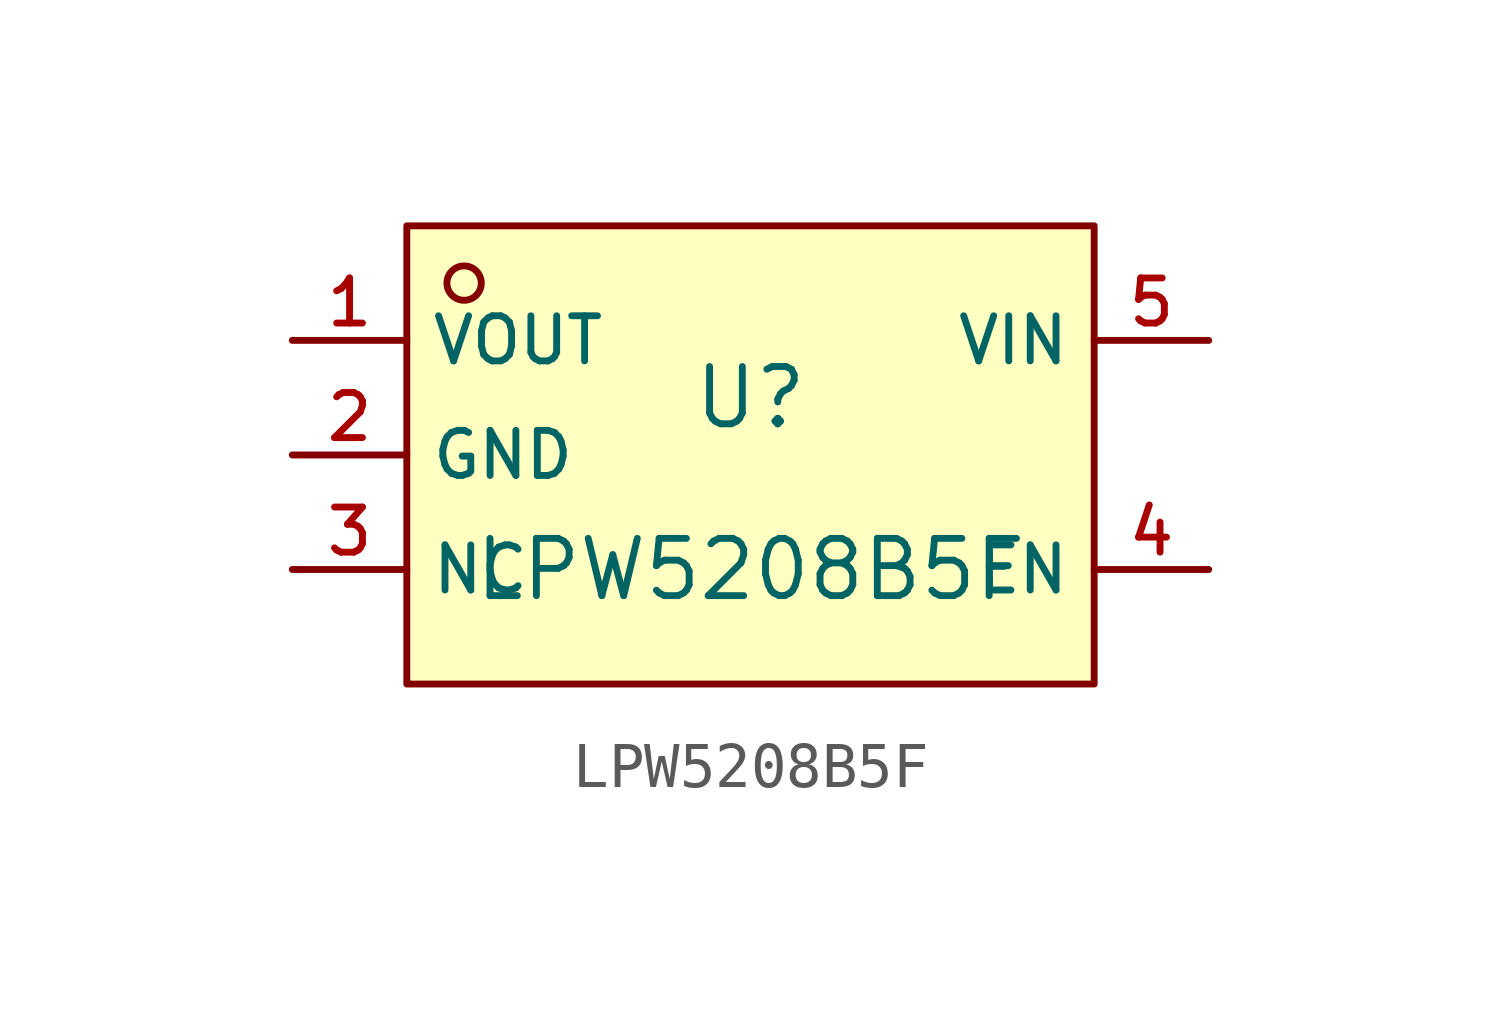
<source format=kicad_sym>
(kicad_symbol_lib
  (version 20210201)
  (generator TousstNicolas/JLC2KiCad_lib)
  (symbol "LPW5208B5F"
    (property "Reference" "U"
      (at 0 1.27 0)
      (effects (font (size 1.27 1.27))))
    (property "Value" "LPW5208B5F"
      (at 0 -2.54 0)
      (effects (font (size 1.27 1.27))))
    (symbol "LPW5208B5F_0_1"
      (rectangle (start -7.62 5.08) (end 7.62 -5.08) (stroke (width 0) (type default) (color 0 0 0 0)) (fill (type background)))
      (circle (center -6.35 3.81) (radius 0.381) (stroke (width 0) (type default) (color 0 0 0 0)) (fill (type background)))
      (pin unspecified line (at -10.16 2.54 0) (length 2.54) (name "VOUT" (effects (font (size 1 1)))) (number "1" (effects (font (size 1 1)))))
      (pin unspecified line (at -10.16 -0.0 0) (length 2.54) (name "GND" (effects (font (size 1 1)))) (number "2" (effects (font (size 1 1)))))
      (pin unspecified line (at -10.16 -2.54 0) (length 2.54) (name "NC" (effects (font (size 1 1)))) (number "3" (effects (font (size 1 1)))))
      (pin unspecified line (at 10.16 -2.54 180) (length 2.54) (name "EN" (effects (font (size 1 1)))) (number "4" (effects (font (size 1 1)))))
      (pin unspecified line (at 10.16 2.54 180) (length 2.54) (name "VIN" (effects (font (size 1 1)))) (number "5" (effects (font (size 1 1))))))))
</source>
